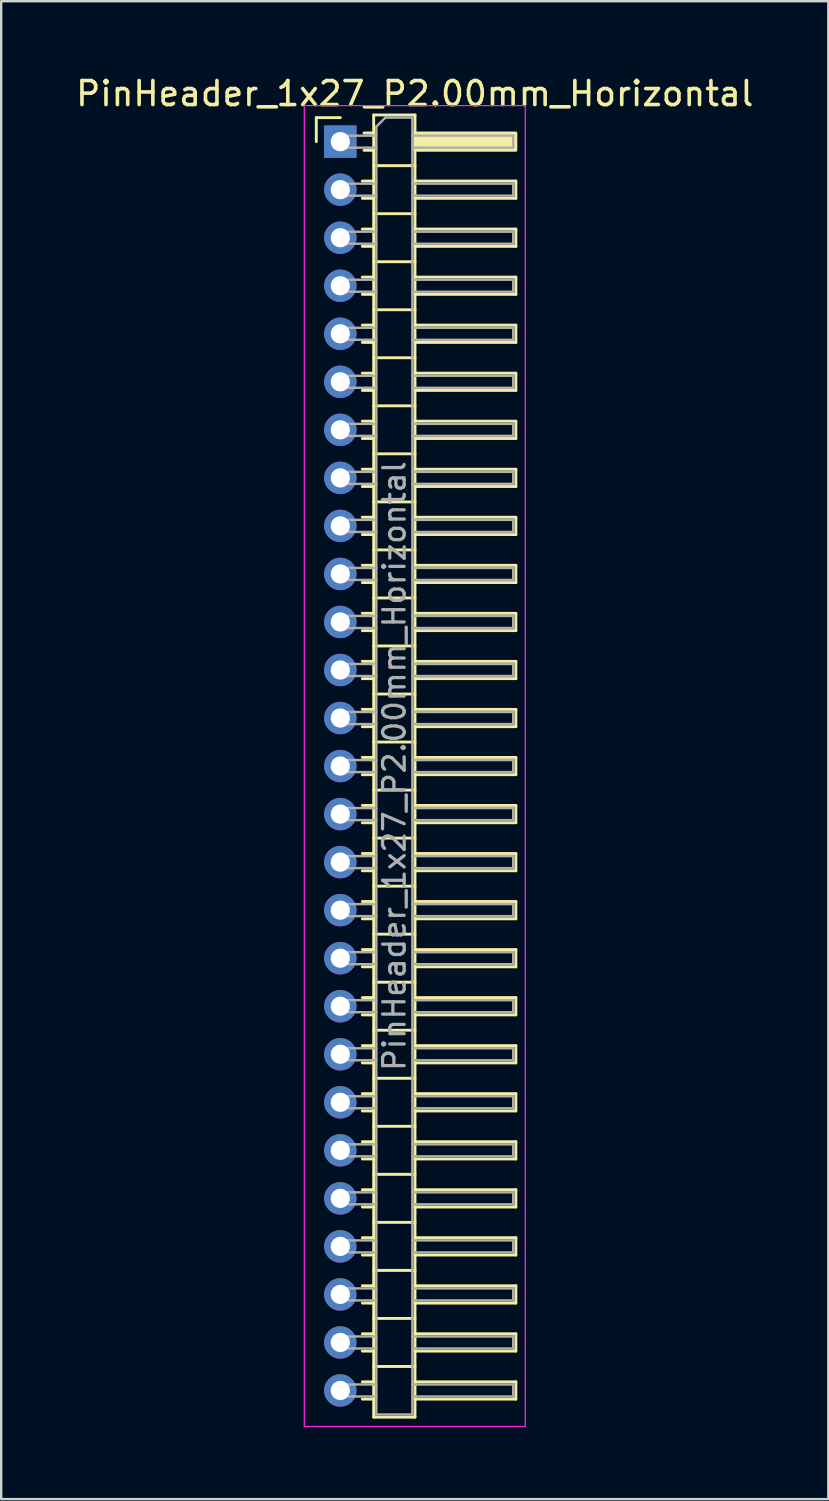
<source format=kicad_pcb>
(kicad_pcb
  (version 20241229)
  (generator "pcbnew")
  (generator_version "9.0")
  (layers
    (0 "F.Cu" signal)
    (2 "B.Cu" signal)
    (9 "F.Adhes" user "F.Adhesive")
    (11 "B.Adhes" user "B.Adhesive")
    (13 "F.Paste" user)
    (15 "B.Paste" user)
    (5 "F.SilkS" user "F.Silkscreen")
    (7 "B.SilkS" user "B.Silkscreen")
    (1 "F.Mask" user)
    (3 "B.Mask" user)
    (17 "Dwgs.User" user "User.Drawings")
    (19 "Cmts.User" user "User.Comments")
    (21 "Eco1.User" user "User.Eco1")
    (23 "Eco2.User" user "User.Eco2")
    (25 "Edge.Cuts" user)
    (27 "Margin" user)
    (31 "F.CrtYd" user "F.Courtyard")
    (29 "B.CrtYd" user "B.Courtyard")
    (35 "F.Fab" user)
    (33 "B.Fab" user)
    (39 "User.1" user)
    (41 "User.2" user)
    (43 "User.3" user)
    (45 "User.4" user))
  (footprint "PinHeader_1x27_P2.00mm_Horizontal"
    (layer "F.Cu")
    (at 11.12 2.848)
    (property "Reference" "PinHeader_1x27_P2.00mm_Horizontal" (at 3.1 -2 0) (layer "F.SilkS") (effects (font (size 1 1) (thickness 0.15))))
    (attr through_hole)
    (fp_line (start -1 -1) (end 0 -1) (stroke (width 0.12) (type solid)) (layer "F.SilkS"))
    (fp_line (start -1 0) (end -1 -1) (stroke (width 0.12) (type solid)) (layer "F.SilkS"))
    (fp_line (start 0.917 1.64) (end 1.39 1.64) (stroke (width 0.12) (type solid)) (layer "F.SilkS"))
    (fp_line (start 0.917 2.36) (end 1.39 2.36) (stroke (width 0.12) (type solid)) (layer "F.SilkS"))
    (fp_line (start 0.917 3.64) (end 1.39 3.64) (stroke (width 0.12) (type solid)) (layer "F.SilkS"))
    (fp_line (start 0.917 4.36) (end 1.39 4.36) (stroke (width 0.12) (type solid)) (layer "F.SilkS"))
    (fp_line (start 0.917 5.64) (end 1.39 5.64) (stroke (width 0.12) (type solid)) (layer "F.SilkS"))
    (fp_line (start 0.917 6.36) (end 1.39 6.36) (stroke (width 0.12) (type solid)) (layer "F.SilkS"))
    (fp_line (start 0.917 7.64) (end 1.39 7.64) (stroke (width 0.12) (type solid)) (layer "F.SilkS"))
    (fp_line (start 0.917 8.36) (end 1.39 8.36) (stroke (width 0.12) (type solid)) (layer "F.SilkS"))
    (fp_line (start 0.917 9.64) (end 1.39 9.64) (stroke (width 0.12) (type solid)) (layer "F.SilkS"))
    (fp_line (start 0.917 10.36) (end 1.39 10.36) (stroke (width 0.12) (type solid)) (layer "F.SilkS"))
    (fp_line (start 0.917 11.64) (end 1.39 11.64) (stroke (width 0.12) (type solid)) (layer "F.SilkS"))
    (fp_line (start 0.917 12.36) (end 1.39 12.36) (stroke (width 0.12) (type solid)) (layer "F.SilkS"))
    (fp_line (start 0.917 13.64) (end 1.39 13.64) (stroke (width 0.12) (type solid)) (layer "F.SilkS"))
    (fp_line (start 0.917 14.36) (end 1.39 14.36) (stroke (width 0.12) (type solid)) (layer "F.SilkS"))
    (fp_line (start 0.917 15.64) (end 1.39 15.64) (stroke (width 0.12) (type solid)) (layer "F.SilkS"))
    (fp_line (start 0.917 16.36) (end 1.39 16.36) (stroke (width 0.12) (type solid)) (layer "F.SilkS"))
    (fp_line (start 0.917 17.64) (end 1.39 17.64) (stroke (width 0.12) (type solid)) (layer "F.SilkS"))
    (fp_line (start 0.917 18.36) (end 1.39 18.36) (stroke (width 0.12) (type solid)) (layer "F.SilkS"))
    (fp_line (start 0.917 19.64) (end 1.39 19.64) (stroke (width 0.12) (type solid)) (layer "F.SilkS"))
    (fp_line (start 0.917 20.36) (end 1.39 20.36) (stroke (width 0.12) (type solid)) (layer "F.SilkS"))
    (fp_line (start 0.917 21.64) (end 1.39 21.64) (stroke (width 0.12) (type solid)) (layer "F.SilkS"))
    (fp_line (start 0.917 22.36) (end 1.39 22.36) (stroke (width 0.12) (type solid)) (layer "F.SilkS"))
    (fp_line (start 0.917 23.64) (end 1.39 23.64) (stroke (width 0.12) (type solid)) (layer "F.SilkS"))
    (fp_line (start 0.917 24.36) (end 1.39 24.36) (stroke (width 0.12) (type solid)) (layer "F.SilkS"))
    (fp_line (start 0.917 25.64) (end 1.39 25.64) (stroke (width 0.12) (type solid)) (layer "F.SilkS"))
    (fp_line (start 0.917 26.36) (end 1.39 26.36) (stroke (width 0.12) (type solid)) (layer "F.SilkS"))
    (fp_line (start 0.917 27.64) (end 1.39 27.64) (stroke (width 0.12) (type solid)) (layer "F.SilkS"))
    (fp_line (start 0.917 28.36) (end 1.39 28.36) (stroke (width 0.12) (type solid)) (layer "F.SilkS"))
    (fp_line (start 0.917 29.64) (end 1.39 29.64) (stroke (width 0.12) (type solid)) (layer "F.SilkS"))
    (fp_line (start 0.917 30.36) (end 1.39 30.36) (stroke (width 0.12) (type solid)) (layer "F.SilkS"))
    (fp_line (start 0.917 31.64) (end 1.39 31.64) (stroke (width 0.12) (type solid)) (layer "F.SilkS"))
    (fp_line (start 0.917 32.36) (end 1.39 32.36) (stroke (width 0.12) (type solid)) (layer "F.SilkS"))
    (fp_line (start 0.917 33.64) (end 1.39 33.64) (stroke (width 0.12) (type solid)) (layer "F.SilkS"))
    (fp_line (start 0.917 34.36) (end 1.39 34.36) (stroke (width 0.12) (type solid)) (layer "F.SilkS"))
    (fp_line (start 0.917 35.64) (end 1.39 35.64) (stroke (width 0.12) (type solid)) (layer "F.SilkS"))
    (fp_line (start 0.917 36.36) (end 1.39 36.36) (stroke (width 0.12) (type solid)) (layer "F.SilkS"))
    (fp_line (start 0.917 37.64) (end 1.39 37.64) (stroke (width 0.12) (type solid)) (layer "F.SilkS"))
    (fp_line (start 0.917 38.36) (end 1.39 38.36) (stroke (width 0.12) (type solid)) (layer "F.SilkS"))
    (fp_line (start 0.917 39.64) (end 1.39 39.64) (stroke (width 0.12) (type solid)) (layer "F.SilkS"))
    (fp_line (start 0.917 40.36) (end 1.39 40.36) (stroke (width 0.12) (type solid)) (layer "F.SilkS"))
    (fp_line (start 0.917 41.64) (end 1.39 41.64) (stroke (width 0.12) (type solid)) (layer "F.SilkS"))
    (fp_line (start 0.917 42.36) (end 1.39 42.36) (stroke (width 0.12) (type solid)) (layer "F.SilkS"))
    (fp_line (start 0.917 43.64) (end 1.39 43.64) (stroke (width 0.12) (type solid)) (layer "F.SilkS"))
    (fp_line (start 0.917 44.36) (end 1.39 44.36) (stroke (width 0.12) (type solid)) (layer "F.SilkS"))
    (fp_line (start 0.917 45.64) (end 1.39 45.64) (stroke (width 0.12) (type solid)) (layer "F.SilkS"))
    (fp_line (start 0.917 46.36) (end 1.39 46.36) (stroke (width 0.12) (type solid)) (layer "F.SilkS"))
    (fp_line (start 0.917 47.64) (end 1.39 47.64) (stroke (width 0.12) (type solid)) (layer "F.SilkS"))
    (fp_line (start 0.917 48.36) (end 1.39 48.36) (stroke (width 0.12) (type solid)) (layer "F.SilkS"))
    (fp_line (start 0.917 49.64) (end 1.39 49.64) (stroke (width 0.12) (type solid)) (layer "F.SilkS"))
    (fp_line (start 0.917 50.36) (end 1.39 50.36) (stroke (width 0.12) (type solid)) (layer "F.SilkS"))
    (fp_line (start 0.917 51.64) (end 1.39 51.64) (stroke (width 0.12) (type solid)) (layer "F.SilkS"))
    (fp_line (start 0.917 52.36) (end 1.39 52.36) (stroke (width 0.12) (type solid)) (layer "F.SilkS"))
    (fp_line (start 0.985 -0.36) (end 1.39 -0.36) (stroke (width 0.12) (type solid)) (layer "F.SilkS"))
    (fp_line (start 0.985 0.36) (end 1.39 0.36) (stroke (width 0.12) (type solid)) (layer "F.SilkS"))
    (fp_line (start 1.39 -1.11) (end 1.39 53.11) (stroke (width 0.12) (type solid)) (layer "F.SilkS"))
    (fp_line (start 1.39 1) (end 3.11 1) (stroke (width 0.12) (type solid)) (layer "F.SilkS"))
    (fp_line (start 1.39 3) (end 3.11 3) (stroke (width 0.12) (type solid)) (layer "F.SilkS"))
    (fp_line (start 1.39 5) (end 3.11 5) (stroke (width 0.12) (type solid)) (layer "F.SilkS"))
    (fp_line (start 1.39 7) (end 3.11 7) (stroke (width 0.12) (type solid)) (layer "F.SilkS"))
    (fp_line (start 1.39 9) (end 3.11 9) (stroke (width 0.12) (type solid)) (layer "F.SilkS"))
    (fp_line (start 1.39 11) (end 3.11 11) (stroke (width 0.12) (type solid)) (layer "F.SilkS"))
    (fp_line (start 1.39 13) (end 3.11 13) (stroke (width 0.12) (type solid)) (layer "F.SilkS"))
    (fp_line (start 1.39 15) (end 3.11 15) (stroke (width 0.12) (type solid)) (layer "F.SilkS"))
    (fp_line (start 1.39 17) (end 3.11 17) (stroke (width 0.12) (type solid)) (layer "F.SilkS"))
    (fp_line (start 1.39 19) (end 3.11 19) (stroke (width 0.12) (type solid)) (layer "F.SilkS"))
    (fp_line (start 1.39 21) (end 3.11 21) (stroke (width 0.12) (type solid)) (layer "F.SilkS"))
    (fp_line (start 1.39 23) (end 3.11 23) (stroke (width 0.12) (type solid)) (layer "F.SilkS"))
    (fp_line (start 1.39 25) (end 3.11 25) (stroke (width 0.12) (type solid)) (layer "F.SilkS"))
    (fp_line (start 1.39 27) (end 3.11 27) (stroke (width 0.12) (type solid)) (layer "F.SilkS"))
    (fp_line (start 1.39 29) (end 3.11 29) (stroke (width 0.12) (type solid)) (layer "F.SilkS"))
    (fp_line (start 1.39 31) (end 3.11 31) (stroke (width 0.12) (type solid)) (layer "F.SilkS"))
    (fp_line (start 1.39 33) (end 3.11 33) (stroke (width 0.12) (type solid)) (layer "F.SilkS"))
    (fp_line (start 1.39 35) (end 3.11 35) (stroke (width 0.12) (type solid)) (layer "F.SilkS"))
    (fp_line (start 1.39 37) (end 3.11 37) (stroke (width 0.12) (type solid)) (layer "F.SilkS"))
    (fp_line (start 1.39 39) (end 3.11 39) (stroke (width 0.12) (type solid)) (layer "F.SilkS"))
    (fp_line (start 1.39 41) (end 3.11 41) (stroke (width 0.12) (type solid)) (layer "F.SilkS"))
    (fp_line (start 1.39 43) (end 3.11 43) (stroke (width 0.12) (type solid)) (layer "F.SilkS"))
    (fp_line (start 1.39 45) (end 3.11 45) (stroke (width 0.12) (type solid)) (layer "F.SilkS"))
    (fp_line (start 1.39 47) (end 3.11 47) (stroke (width 0.12) (type solid)) (layer "F.SilkS"))
    (fp_line (start 1.39 49) (end 3.11 49) (stroke (width 0.12) (type solid)) (layer "F.SilkS"))
    (fp_line (start 1.39 51) (end 3.11 51) (stroke (width 0.12) (type solid)) (layer "F.SilkS"))
    (fp_line (start 1.39 53.11) (end 3.11 53.11) (stroke (width 0.12) (type solid)) (layer "F.SilkS"))
    (fp_line (start 3.11 -1.11) (end 1.39 -1.11) (stroke (width 0.12) (type solid)) (layer "F.SilkS"))
    (fp_line (start 3.11 1.64) (end 7.31 1.64) (stroke (width 0.12) (type solid)) (layer "F.SilkS"))
    (fp_line (start 3.11 3.64) (end 7.31 3.64) (stroke (width 0.12) (type solid)) (layer "F.SilkS"))
    (fp_line (start 3.11 5.64) (end 7.31 5.64) (stroke (width 0.12) (type solid)) (layer "F.SilkS"))
    (fp_line (start 3.11 7.64) (end 7.31 7.64) (stroke (width 0.12) (type solid)) (layer "F.SilkS"))
    (fp_line (start 3.11 9.64) (end 7.31 9.64) (stroke (width 0.12) (type solid)) (layer "F.SilkS"))
    (fp_line (start 3.11 11.64) (end 7.31 11.64) (stroke (width 0.12) (type solid)) (layer "F.SilkS"))
    (fp_line (start 3.11 13.64) (end 7.31 13.64) (stroke (width 0.12) (type solid)) (layer "F.SilkS"))
    (fp_line (start 3.11 15.64) (end 7.31 15.64) (stroke (width 0.12) (type solid)) (layer "F.SilkS"))
    (fp_line (start 3.11 17.64) (end 7.31 17.64) (stroke (width 0.12) (type solid)) (layer "F.SilkS"))
    (fp_line (start 3.11 19.64) (end 7.31 19.64) (stroke (width 0.12) (type solid)) (layer "F.SilkS"))
    (fp_line (start 3.11 21.64) (end 7.31 21.64) (stroke (width 0.12) (type solid)) (layer "F.SilkS"))
    (fp_line (start 3.11 23.64) (end 7.31 23.64) (stroke (width 0.12) (type solid)) (layer "F.SilkS"))
    (fp_line (start 3.11 25.64) (end 7.31 25.64) (stroke (width 0.12) (type solid)) (layer "F.SilkS"))
    (fp_line (start 3.11 27.64) (end 7.31 27.64) (stroke (width 0.12) (type solid)) (layer "F.SilkS"))
    (fp_line (start 3.11 29.64) (end 7.31 29.64) (stroke (width 0.12) (type solid)) (layer "F.SilkS"))
    (fp_line (start 3.11 31.64) (end 7.31 31.64) (stroke (width 0.12) (type solid)) (layer "F.SilkS"))
    (fp_line (start 3.11 33.64) (end 7.31 33.64) (stroke (width 0.12) (type solid)) (layer "F.SilkS"))
    (fp_line (start 3.11 35.64) (end 7.31 35.64) (stroke (width 0.12) (type solid)) (layer "F.SilkS"))
    (fp_line (start 3.11 37.64) (end 7.31 37.64) (stroke (width 0.12) (type solid)) (layer "F.SilkS"))
    (fp_line (start 3.11 39.64) (end 7.31 39.64) (stroke (width 0.12) (type solid)) (layer "F.SilkS"))
    (fp_line (start 3.11 41.64) (end 7.31 41.64) (stroke (width 0.12) (type solid)) (layer "F.SilkS"))
    (fp_line (start 3.11 43.64) (end 7.31 43.64) (stroke (width 0.12) (type solid)) (layer "F.SilkS"))
    (fp_line (start 3.11 45.64) (end 7.31 45.64) (stroke (width 0.12) (type solid)) (layer "F.SilkS"))
    (fp_line (start 3.11 47.64) (end 7.31 47.64) (stroke (width 0.12) (type solid)) (layer "F.SilkS"))
    (fp_line (start 3.11 49.64) (end 7.31 49.64) (stroke (width 0.12) (type solid)) (layer "F.SilkS"))
    (fp_line (start 3.11 51.64) (end 7.31 51.64) (stroke (width 0.12) (type solid)) (layer "F.SilkS"))
    (fp_line (start 3.11 53.11) (end 3.11 -1.11) (stroke (width 0.12) (type solid)) (layer "F.SilkS"))
    (fp_line (start 7.31 1.64) (end 7.31 2.36) (stroke (width 0.12) (type solid)) (layer "F.SilkS"))
    (fp_line (start 7.31 2.36) (end 3.11 2.36) (stroke (width 0.12) (type solid)) (layer "F.SilkS"))
    (fp_line (start 7.31 3.64) (end 7.31 4.36) (stroke (width 0.12) (type solid)) (layer "F.SilkS"))
    (fp_line (start 7.31 4.36) (end 3.11 4.36) (stroke (width 0.12) (type solid)) (layer "F.SilkS"))
    (fp_line (start 7.31 5.64) (end 7.31 6.36) (stroke (width 0.12) (type solid)) (layer "F.SilkS"))
    (fp_line (start 7.31 6.36) (end 3.11 6.36) (stroke (width 0.12) (type solid)) (layer "F.SilkS"))
    (fp_line (start 7.31 7.64) (end 7.31 8.36) (stroke (width 0.12) (type solid)) (layer "F.SilkS"))
    (fp_line (start 7.31 8.36) (end 3.11 8.36) (stroke (width 0.12) (type solid)) (layer "F.SilkS"))
    (fp_line (start 7.31 9.64) (end 7.31 10.36) (stroke (width 0.12) (type solid)) (layer "F.SilkS"))
    (fp_line (start 7.31 10.36) (end 3.11 10.36) (stroke (width 0.12) (type solid)) (layer "F.SilkS"))
    (fp_line (start 7.31 11.64) (end 7.31 12.36) (stroke (width 0.12) (type solid)) (layer "F.SilkS"))
    (fp_line (start 7.31 12.36) (end 3.11 12.36) (stroke (width 0.12) (type solid)) (layer "F.SilkS"))
    (fp_line (start 7.31 13.64) (end 7.31 14.36) (stroke (width 0.12) (type solid)) (layer "F.SilkS"))
    (fp_line (start 7.31 14.36) (end 3.11 14.36) (stroke (width 0.12) (type solid)) (layer "F.SilkS"))
    (fp_line (start 7.31 15.64) (end 7.31 16.36) (stroke (width 0.12) (type solid)) (layer "F.SilkS"))
    (fp_line (start 7.31 16.36) (end 3.11 16.36) (stroke (width 0.12) (type solid)) (layer "F.SilkS"))
    (fp_line (start 7.31 17.64) (end 7.31 18.36) (stroke (width 0.12) (type solid)) (layer "F.SilkS"))
    (fp_line (start 7.31 18.36) (end 3.11 18.36) (stroke (width 0.12) (type solid)) (layer "F.SilkS"))
    (fp_line (start 7.31 19.64) (end 7.31 20.36) (stroke (width 0.12) (type solid)) (layer "F.SilkS"))
    (fp_line (start 7.31 20.36) (end 3.11 20.36) (stroke (width 0.12) (type solid)) (layer "F.SilkS"))
    (fp_line (start 7.31 21.64) (end 7.31 22.36) (stroke (width 0.12) (type solid)) (layer "F.SilkS"))
    (fp_line (start 7.31 22.36) (end 3.11 22.36) (stroke (width 0.12) (type solid)) (layer "F.SilkS"))
    (fp_line (start 7.31 23.64) (end 7.31 24.36) (stroke (width 0.12) (type solid)) (layer "F.SilkS"))
    (fp_line (start 7.31 24.36) (end 3.11 24.36) (stroke (width 0.12) (type solid)) (layer "F.SilkS"))
    (fp_line (start 7.31 25.64) (end 7.31 26.36) (stroke (width 0.12) (type solid)) (layer "F.SilkS"))
    (fp_line (start 7.31 26.36) (end 3.11 26.36) (stroke (width 0.12) (type solid)) (layer "F.SilkS"))
    (fp_line (start 7.31 27.64) (end 7.31 28.36) (stroke (width 0.12) (type solid)) (layer "F.SilkS"))
    (fp_line (start 7.31 28.36) (end 3.11 28.36) (stroke (width 0.12) (type solid)) (layer "F.SilkS"))
    (fp_line (start 7.31 29.64) (end 7.31 30.36) (stroke (width 0.12) (type solid)) (layer "F.SilkS"))
    (fp_line (start 7.31 30.36) (end 3.11 30.36) (stroke (width 0.12) (type solid)) (layer "F.SilkS"))
    (fp_line (start 7.31 31.64) (end 7.31 32.36) (stroke (width 0.12) (type solid)) (layer "F.SilkS"))
    (fp_line (start 7.31 32.36) (end 3.11 32.36) (stroke (width 0.12) (type solid)) (layer "F.SilkS"))
    (fp_line (start 7.31 33.64) (end 7.31 34.36) (stroke (width 0.12) (type solid)) (layer "F.SilkS"))
    (fp_line (start 7.31 34.36) (end 3.11 34.36) (stroke (width 0.12) (type solid)) (layer "F.SilkS"))
    (fp_line (start 7.31 35.64) (end 7.31 36.36) (stroke (width 0.12) (type solid)) (layer "F.SilkS"))
    (fp_line (start 7.31 36.36) (end 3.11 36.36) (stroke (width 0.12) (type solid)) (layer "F.SilkS"))
    (fp_line (start 7.31 37.64) (end 7.31 38.36) (stroke (width 0.12) (type solid)) (layer "F.SilkS"))
    (fp_line (start 7.31 38.36) (end 3.11 38.36) (stroke (width 0.12) (type solid)) (layer "F.SilkS"))
    (fp_line (start 7.31 39.64) (end 7.31 40.36) (stroke (width 0.12) (type solid)) (layer "F.SilkS"))
    (fp_line (start 7.31 40.36) (end 3.11 40.36) (stroke (width 0.12) (type solid)) (layer "F.SilkS"))
    (fp_line (start 7.31 41.64) (end 7.31 42.36) (stroke (width 0.12) (type solid)) (layer "F.SilkS"))
    (fp_line (start 7.31 42.36) (end 3.11 42.36) (stroke (width 0.12) (type solid)) (layer "F.SilkS"))
    (fp_line (start 7.31 43.64) (end 7.31 44.36) (stroke (width 0.12) (type solid)) (layer "F.SilkS"))
    (fp_line (start 7.31 44.36) (end 3.11 44.36) (stroke (width 0.12) (type solid)) (layer "F.SilkS"))
    (fp_line (start 7.31 45.64) (end 7.31 46.36) (stroke (width 0.12) (type solid)) (layer "F.SilkS"))
    (fp_line (start 7.31 46.36) (end 3.11 46.36) (stroke (width 0.12) (type solid)) (layer "F.SilkS"))
    (fp_line (start 7.31 47.64) (end 7.31 48.36) (stroke (width 0.12) (type solid)) (layer "F.SilkS"))
    (fp_line (start 7.31 48.36) (end 3.11 48.36) (stroke (width 0.12) (type solid)) (layer "F.SilkS"))
    (fp_line (start 7.31 49.64) (end 7.31 50.36) (stroke (width 0.12) (type solid)) (layer "F.SilkS"))
    (fp_line (start 7.31 50.36) (end 3.11 50.36) (stroke (width 0.12) (type solid)) (layer "F.SilkS"))
    (fp_line (start 7.31 51.64) (end 7.31 52.36) (stroke (width 0.12) (type solid)) (layer "F.SilkS"))
    (fp_line (start 7.31 52.36) (end 3.11 52.36) (stroke (width 0.12) (type solid)) (layer "F.SilkS"))
    (fp_rect (start 3.11 -0.36) (end 7.31 0.36) (stroke (width 0.12) (type solid)) (fill yes) (layer "F.SilkS"))
    (fp_line (start -1.5 -1.5) (end -1.5 53.5) (stroke (width 0.05) (type solid)) (layer "F.CrtYd"))
    (fp_line (start -1.5 53.5) (end 7.7 53.5) (stroke (width 0.05) (type solid)) (layer "F.CrtYd"))
    (fp_line (start 7.7 -1.5) (end -1.5 -1.5) (stroke (width 0.05) (type solid)) (layer "F.CrtYd"))
    (fp_line (start 7.7 53.5) (end 7.7 -1.5) (stroke (width 0.05) (type solid)) (layer "F.CrtYd"))
    (fp_line (start -0.25 -0.25) (end -0.25 0.25) (stroke (width 0.1) (type solid)) (layer "F.Fab"))
    (fp_line (start -0.25 -0.25) (end 1.5 -0.25) (stroke (width 0.1) (type solid)) (layer "F.Fab"))
    (fp_line (start -0.25 0.25) (end 1.5 0.25) (stroke (width 0.1) (type solid)) (layer "F.Fab"))
    (fp_line (start -0.25 1.75) (end -0.25 2.25) (stroke (width 0.1) (type solid)) (layer "F.Fab"))
    (fp_line (start -0.25 1.75) (end 1.5 1.75) (stroke (width 0.1) (type solid)) (layer "F.Fab"))
    (fp_line (start -0.25 2.25) (end 1.5 2.25) (stroke (width 0.1) (type solid)) (layer "F.Fab"))
    (fp_line (start -0.25 3.75) (end -0.25 4.25) (stroke (width 0.1) (type solid)) (layer "F.Fab"))
    (fp_line (start -0.25 3.75) (end 1.5 3.75) (stroke (width 0.1) (type solid)) (layer "F.Fab"))
    (fp_line (start -0.25 4.25) (end 1.5 4.25) (stroke (width 0.1) (type solid)) (layer "F.Fab"))
    (fp_line (start -0.25 5.75) (end -0.25 6.25) (stroke (width 0.1) (type solid)) (layer "F.Fab"))
    (fp_line (start -0.25 5.75) (end 1.5 5.75) (stroke (width 0.1) (type solid)) (layer "F.Fab"))
    (fp_line (start -0.25 6.25) (end 1.5 6.25) (stroke (width 0.1) (type solid)) (layer "F.Fab"))
    (fp_line (start -0.25 7.75) (end -0.25 8.25) (stroke (width 0.1) (type solid)) (layer "F.Fab"))
    (fp_line (start -0.25 7.75) (end 1.5 7.75) (stroke (width 0.1) (type solid)) (layer "F.Fab"))
    (fp_line (start -0.25 8.25) (end 1.5 8.25) (stroke (width 0.1) (type solid)) (layer "F.Fab"))
    (fp_line (start -0.25 9.75) (end -0.25 10.25) (stroke (width 0.1) (type solid)) (layer "F.Fab"))
    (fp_line (start -0.25 9.75) (end 1.5 9.75) (stroke (width 0.1) (type solid)) (layer "F.Fab"))
    (fp_line (start -0.25 10.25) (end 1.5 10.25) (stroke (width 0.1) (type solid)) (layer "F.Fab"))
    (fp_line (start -0.25 11.75) (end -0.25 12.25) (stroke (width 0.1) (type solid)) (layer "F.Fab"))
    (fp_line (start -0.25 11.75) (end 1.5 11.75) (stroke (width 0.1) (type solid)) (layer "F.Fab"))
    (fp_line (start -0.25 12.25) (end 1.5 12.25) (stroke (width 0.1) (type solid)) (layer "F.Fab"))
    (fp_line (start -0.25 13.75) (end -0.25 14.25) (stroke (width 0.1) (type solid)) (layer "F.Fab"))
    (fp_line (start -0.25 13.75) (end 1.5 13.75) (stroke (width 0.1) (type solid)) (layer "F.Fab"))
    (fp_line (start -0.25 14.25) (end 1.5 14.25) (stroke (width 0.1) (type solid)) (layer "F.Fab"))
    (fp_line (start -0.25 15.75) (end -0.25 16.25) (stroke (width 0.1) (type solid)) (layer "F.Fab"))
    (fp_line (start -0.25 15.75) (end 1.5 15.75) (stroke (width 0.1) (type solid)) (layer "F.Fab"))
    (fp_line (start -0.25 16.25) (end 1.5 16.25) (stroke (width 0.1) (type solid)) (layer "F.Fab"))
    (fp_line (start -0.25 17.75) (end -0.25 18.25) (stroke (width 0.1) (type solid)) (layer "F.Fab"))
    (fp_line (start -0.25 17.75) (end 1.5 17.75) (stroke (width 0.1) (type solid)) (layer "F.Fab"))
    (fp_line (start -0.25 18.25) (end 1.5 18.25) (stroke (width 0.1) (type solid)) (layer "F.Fab"))
    (fp_line (start -0.25 19.75) (end -0.25 20.25) (stroke (width 0.1) (type solid)) (layer "F.Fab"))
    (fp_line (start -0.25 19.75) (end 1.5 19.75) (stroke (width 0.1) (type solid)) (layer "F.Fab"))
    (fp_line (start -0.25 20.25) (end 1.5 20.25) (stroke (width 0.1) (type solid)) (layer "F.Fab"))
    (fp_line (start -0.25 21.75) (end -0.25 22.25) (stroke (width 0.1) (type solid)) (layer "F.Fab"))
    (fp_line (start -0.25 21.75) (end 1.5 21.75) (stroke (width 0.1) (type solid)) (layer "F.Fab"))
    (fp_line (start -0.25 22.25) (end 1.5 22.25) (stroke (width 0.1) (type solid)) (layer "F.Fab"))
    (fp_line (start -0.25 23.75) (end -0.25 24.25) (stroke (width 0.1) (type solid)) (layer "F.Fab"))
    (fp_line (start -0.25 23.75) (end 1.5 23.75) (stroke (width 0.1) (type solid)) (layer "F.Fab"))
    (fp_line (start -0.25 24.25) (end 1.5 24.25) (stroke (width 0.1) (type solid)) (layer "F.Fab"))
    (fp_line (start -0.25 25.75) (end -0.25 26.25) (stroke (width 0.1) (type solid)) (layer "F.Fab"))
    (fp_line (start -0.25 25.75) (end 1.5 25.75) (stroke (width 0.1) (type solid)) (layer "F.Fab"))
    (fp_line (start -0.25 26.25) (end 1.5 26.25) (stroke (width 0.1) (type solid)) (layer "F.Fab"))
    (fp_line (start -0.25 27.75) (end -0.25 28.25) (stroke (width 0.1) (type solid)) (layer "F.Fab"))
    (fp_line (start -0.25 27.75) (end 1.5 27.75) (stroke (width 0.1) (type solid)) (layer "F.Fab"))
    (fp_line (start -0.25 28.25) (end 1.5 28.25) (stroke (width 0.1) (type solid)) (layer "F.Fab"))
    (fp_line (start -0.25 29.75) (end -0.25 30.25) (stroke (width 0.1) (type solid)) (layer "F.Fab"))
    (fp_line (start -0.25 29.75) (end 1.5 29.75) (stroke (width 0.1) (type solid)) (layer "F.Fab"))
    (fp_line (start -0.25 30.25) (end 1.5 30.25) (stroke (width 0.1) (type solid)) (layer "F.Fab"))
    (fp_line (start -0.25 31.75) (end -0.25 32.25) (stroke (width 0.1) (type solid)) (layer "F.Fab"))
    (fp_line (start -0.25 31.75) (end 1.5 31.75) (stroke (width 0.1) (type solid)) (layer "F.Fab"))
    (fp_line (start -0.25 32.25) (end 1.5 32.25) (stroke (width 0.1) (type solid)) (layer "F.Fab"))
    (fp_line (start -0.25 33.75) (end -0.25 34.25) (stroke (width 0.1) (type solid)) (layer "F.Fab"))
    (fp_line (start -0.25 33.75) (end 1.5 33.75) (stroke (width 0.1) (type solid)) (layer "F.Fab"))
    (fp_line (start -0.25 34.25) (end 1.5 34.25) (stroke (width 0.1) (type solid)) (layer "F.Fab"))
    (fp_line (start -0.25 35.75) (end -0.25 36.25) (stroke (width 0.1) (type solid)) (layer "F.Fab"))
    (fp_line (start -0.25 35.75) (end 1.5 35.75) (stroke (width 0.1) (type solid)) (layer "F.Fab"))
    (fp_line (start -0.25 36.25) (end 1.5 36.25) (stroke (width 0.1) (type solid)) (layer "F.Fab"))
    (fp_line (start -0.25 37.75) (end -0.25 38.25) (stroke (width 0.1) (type solid)) (layer "F.Fab"))
    (fp_line (start -0.25 37.75) (end 1.5 37.75) (stroke (width 0.1) (type solid)) (layer "F.Fab"))
    (fp_line (start -0.25 38.25) (end 1.5 38.25) (stroke (width 0.1) (type solid)) (layer "F.Fab"))
    (fp_line (start -0.25 39.75) (end -0.25 40.25) (stroke (width 0.1) (type solid)) (layer "F.Fab"))
    (fp_line (start -0.25 39.75) (end 1.5 39.75) (stroke (width 0.1) (type solid)) (layer "F.Fab"))
    (fp_line (start -0.25 40.25) (end 1.5 40.25) (stroke (width 0.1) (type solid)) (layer "F.Fab"))
    (fp_line (start -0.25 41.75) (end -0.25 42.25) (stroke (width 0.1) (type solid)) (layer "F.Fab"))
    (fp_line (start -0.25 41.75) (end 1.5 41.75) (stroke (width 0.1) (type solid)) (layer "F.Fab"))
    (fp_line (start -0.25 42.25) (end 1.5 42.25) (stroke (width 0.1) (type solid)) (layer "F.Fab"))
    (fp_line (start -0.25 43.75) (end -0.25 44.25) (stroke (width 0.1) (type solid)) (layer "F.Fab"))
    (fp_line (start -0.25 43.75) (end 1.5 43.75) (stroke (width 0.1) (type solid)) (layer "F.Fab"))
    (fp_line (start -0.25 44.25) (end 1.5 44.25) (stroke (width 0.1) (type solid)) (layer "F.Fab"))
    (fp_line (start -0.25 45.75) (end -0.25 46.25) (stroke (width 0.1) (type solid)) (layer "F.Fab"))
    (fp_line (start -0.25 45.75) (end 1.5 45.75) (stroke (width 0.1) (type solid)) (layer "F.Fab"))
    (fp_line (start -0.25 46.25) (end 1.5 46.25) (stroke (width 0.1) (type solid)) (layer "F.Fab"))
    (fp_line (start -0.25 47.75) (end -0.25 48.25) (stroke (width 0.1) (type solid)) (layer "F.Fab"))
    (fp_line (start -0.25 47.75) (end 1.5 47.75) (stroke (width 0.1) (type solid)) (layer "F.Fab"))
    (fp_line (start -0.25 48.25) (end 1.5 48.25) (stroke (width 0.1) (type solid)) (layer "F.Fab"))
    (fp_line (start -0.25 49.75) (end -0.25 50.25) (stroke (width 0.1) (type solid)) (layer "F.Fab"))
    (fp_line (start -0.25 49.75) (end 1.5 49.75) (stroke (width 0.1) (type solid)) (layer "F.Fab"))
    (fp_line (start -0.25 50.25) (end 1.5 50.25) (stroke (width 0.1) (type solid)) (layer "F.Fab"))
    (fp_line (start -0.25 51.75) (end -0.25 52.25) (stroke (width 0.1) (type solid)) (layer "F.Fab"))
    (fp_line (start -0.25 51.75) (end 1.5 51.75) (stroke (width 0.1) (type solid)) (layer "F.Fab"))
    (fp_line (start -0.25 52.25) (end 1.5 52.25) (stroke (width 0.1) (type solid)) (layer "F.Fab"))
    (fp_line (start 1.5 -0.625) (end 1.875 -1) (stroke (width 0.1) (type solid)) (layer "F.Fab"))
    (fp_line (start 1.5 53) (end 1.5 -0.625) (stroke (width 0.1) (type solid)) (layer "F.Fab"))
    (fp_line (start 1.875 -1) (end 3 -1) (stroke (width 0.1) (type solid)) (layer "F.Fab"))
    (fp_line (start 3 -1) (end 3 53) (stroke (width 0.1) (type solid)) (layer "F.Fab"))
    (fp_line (start 3 -0.25) (end 7.2 -0.25) (stroke (width 0.1) (type solid)) (layer "F.Fab"))
    (fp_line (start 3 0.25) (end 7.2 0.25) (stroke (width 0.1) (type solid)) (layer "F.Fab"))
    (fp_line (start 3 1.75) (end 7.2 1.75) (stroke (width 0.1) (type solid)) (layer "F.Fab"))
    (fp_line (start 3 2.25) (end 7.2 2.25) (stroke (width 0.1) (type solid)) (layer "F.Fab"))
    (fp_line (start 3 3.75) (end 7.2 3.75) (stroke (width 0.1) (type solid)) (layer "F.Fab"))
    (fp_line (start 3 4.25) (end 7.2 4.25) (stroke (width 0.1) (type solid)) (layer "F.Fab"))
    (fp_line (start 3 5.75) (end 7.2 5.75) (stroke (width 0.1) (type solid)) (layer "F.Fab"))
    (fp_line (start 3 6.25) (end 7.2 6.25) (stroke (width 0.1) (type solid)) (layer "F.Fab"))
    (fp_line (start 3 7.75) (end 7.2 7.75) (stroke (width 0.1) (type solid)) (layer "F.Fab"))
    (fp_line (start 3 8.25) (end 7.2 8.25) (stroke (width 0.1) (type solid)) (layer "F.Fab"))
    (fp_line (start 3 9.75) (end 7.2 9.75) (stroke (width 0.1) (type solid)) (layer "F.Fab"))
    (fp_line (start 3 10.25) (end 7.2 10.25) (stroke (width 0.1) (type solid)) (layer "F.Fab"))
    (fp_line (start 3 11.75) (end 7.2 11.75) (stroke (width 0.1) (type solid)) (layer "F.Fab"))
    (fp_line (start 3 12.25) (end 7.2 12.25) (stroke (width 0.1) (type solid)) (layer "F.Fab"))
    (fp_line (start 3 13.75) (end 7.2 13.75) (stroke (width 0.1) (type solid)) (layer "F.Fab"))
    (fp_line (start 3 14.25) (end 7.2 14.25) (stroke (width 0.1) (type solid)) (layer "F.Fab"))
    (fp_line (start 3 15.75) (end 7.2 15.75) (stroke (width 0.1) (type solid)) (layer "F.Fab"))
    (fp_line (start 3 16.25) (end 7.2 16.25) (stroke (width 0.1) (type solid)) (layer "F.Fab"))
    (fp_line (start 3 17.75) (end 7.2 17.75) (stroke (width 0.1) (type solid)) (layer "F.Fab"))
    (fp_line (start 3 18.25) (end 7.2 18.25) (stroke (width 0.1) (type solid)) (layer "F.Fab"))
    (fp_line (start 3 19.75) (end 7.2 19.75) (stroke (width 0.1) (type solid)) (layer "F.Fab"))
    (fp_line (start 3 20.25) (end 7.2 20.25) (stroke (width 0.1) (type solid)) (layer "F.Fab"))
    (fp_line (start 3 21.75) (end 7.2 21.75) (stroke (width 0.1) (type solid)) (layer "F.Fab"))
    (fp_line (start 3 22.25) (end 7.2 22.25) (stroke (width 0.1) (type solid)) (layer "F.Fab"))
    (fp_line (start 3 23.75) (end 7.2 23.75) (stroke (width 0.1) (type solid)) (layer "F.Fab"))
    (fp_line (start 3 24.25) (end 7.2 24.25) (stroke (width 0.1) (type solid)) (layer "F.Fab"))
    (fp_line (start 3 25.75) (end 7.2 25.75) (stroke (width 0.1) (type solid)) (layer "F.Fab"))
    (fp_line (start 3 26.25) (end 7.2 26.25) (stroke (width 0.1) (type solid)) (layer "F.Fab"))
    (fp_line (start 3 27.75) (end 7.2 27.75) (stroke (width 0.1) (type solid)) (layer "F.Fab"))
    (fp_line (start 3 28.25) (end 7.2 28.25) (stroke (width 0.1) (type solid)) (layer "F.Fab"))
    (fp_line (start 3 29.75) (end 7.2 29.75) (stroke (width 0.1) (type solid)) (layer "F.Fab"))
    (fp_line (start 3 30.25) (end 7.2 30.25) (stroke (width 0.1) (type solid)) (layer "F.Fab"))
    (fp_line (start 3 31.75) (end 7.2 31.75) (stroke (width 0.1) (type solid)) (layer "F.Fab"))
    (fp_line (start 3 32.25) (end 7.2 32.25) (stroke (width 0.1) (type solid)) (layer "F.Fab"))
    (fp_line (start 3 33.75) (end 7.2 33.75) (stroke (width 0.1) (type solid)) (layer "F.Fab"))
    (fp_line (start 3 34.25) (end 7.2 34.25) (stroke (width 0.1) (type solid)) (layer "F.Fab"))
    (fp_line (start 3 35.75) (end 7.2 35.75) (stroke (width 0.1) (type solid)) (layer "F.Fab"))
    (fp_line (start 3 36.25) (end 7.2 36.25) (stroke (width 0.1) (type solid)) (layer "F.Fab"))
    (fp_line (start 3 37.75) (end 7.2 37.75) (stroke (width 0.1) (type solid)) (layer "F.Fab"))
    (fp_line (start 3 38.25) (end 7.2 38.25) (stroke (width 0.1) (type solid)) (layer "F.Fab"))
    (fp_line (start 3 39.75) (end 7.2 39.75) (stroke (width 0.1) (type solid)) (layer "F.Fab"))
    (fp_line (start 3 40.25) (end 7.2 40.25) (stroke (width 0.1) (type solid)) (layer "F.Fab"))
    (fp_line (start 3 41.75) (end 7.2 41.75) (stroke (width 0.1) (type solid)) (layer "F.Fab"))
    (fp_line (start 3 42.25) (end 7.2 42.25) (stroke (width 0.1) (type solid)) (layer "F.Fab"))
    (fp_line (start 3 43.75) (end 7.2 43.75) (stroke (width 0.1) (type solid)) (layer "F.Fab"))
    (fp_line (start 3 44.25) (end 7.2 44.25) (stroke (width 0.1) (type solid)) (layer "F.Fab"))
    (fp_line (start 3 45.75) (end 7.2 45.75) (stroke (width 0.1) (type solid)) (layer "F.Fab"))
    (fp_line (start 3 46.25) (end 7.2 46.25) (stroke (width 0.1) (type solid)) (layer "F.Fab"))
    (fp_line (start 3 47.75) (end 7.2 47.75) (stroke (width 0.1) (type solid)) (layer "F.Fab"))
    (fp_line (start 3 48.25) (end 7.2 48.25) (stroke (width 0.1) (type solid)) (layer "F.Fab"))
    (fp_line (start 3 49.75) (end 7.2 49.75) (stroke (width 0.1) (type solid)) (layer "F.Fab"))
    (fp_line (start 3 50.25) (end 7.2 50.25) (stroke (width 0.1) (type solid)) (layer "F.Fab"))
    (fp_line (start 3 51.75) (end 7.2 51.75) (stroke (width 0.1) (type solid)) (layer "F.Fab"))
    (fp_line (start 3 52.25) (end 7.2 52.25) (stroke (width 0.1) (type solid)) (layer "F.Fab"))
    (fp_line (start 3 53) (end 1.5 53) (stroke (width 0.1) (type solid)) (layer "F.Fab"))
    (fp_line (start 7.2 -0.25) (end 7.2 0.25) (stroke (width 0.1) (type solid)) (layer "F.Fab"))
    (fp_line (start 7.2 1.75) (end 7.2 2.25) (stroke (width 0.1) (type solid)) (layer "F.Fab"))
    (fp_line (start 7.2 3.75) (end 7.2 4.25) (stroke (width 0.1) (type solid)) (layer "F.Fab"))
    (fp_line (start 7.2 5.75) (end 7.2 6.25) (stroke (width 0.1) (type solid)) (layer "F.Fab"))
    (fp_line (start 7.2 7.75) (end 7.2 8.25) (stroke (width 0.1) (type solid)) (layer "F.Fab"))
    (fp_line (start 7.2 9.75) (end 7.2 10.25) (stroke (width 0.1) (type solid)) (layer "F.Fab"))
    (fp_line (start 7.2 11.75) (end 7.2 12.25) (stroke (width 0.1) (type solid)) (layer "F.Fab"))
    (fp_line (start 7.2 13.75) (end 7.2 14.25) (stroke (width 0.1) (type solid)) (layer "F.Fab"))
    (fp_line (start 7.2 15.75) (end 7.2 16.25) (stroke (width 0.1) (type solid)) (layer "F.Fab"))
    (fp_line (start 7.2 17.75) (end 7.2 18.25) (stroke (width 0.1) (type solid)) (layer "F.Fab"))
    (fp_line (start 7.2 19.75) (end 7.2 20.25) (stroke (width 0.1) (type solid)) (layer "F.Fab"))
    (fp_line (start 7.2 21.75) (end 7.2 22.25) (stroke (width 0.1) (type solid)) (layer "F.Fab"))
    (fp_line (start 7.2 23.75) (end 7.2 24.25) (stroke (width 0.1) (type solid)) (layer "F.Fab"))
    (fp_line (start 7.2 25.75) (end 7.2 26.25) (stroke (width 0.1) (type solid)) (layer "F.Fab"))
    (fp_line (start 7.2 27.75) (end 7.2 28.25) (stroke (width 0.1) (type solid)) (layer "F.Fab"))
    (fp_line (start 7.2 29.75) (end 7.2 30.25) (stroke (width 0.1) (type solid)) (layer "F.Fab"))
    (fp_line (start 7.2 31.75) (end 7.2 32.25) (stroke (width 0.1) (type solid)) (layer "F.Fab"))
    (fp_line (start 7.2 33.75) (end 7.2 34.25) (stroke (width 0.1) (type solid)) (layer "F.Fab"))
    (fp_line (start 7.2 35.75) (end 7.2 36.25) (stroke (width 0.1) (type solid)) (layer "F.Fab"))
    (fp_line (start 7.2 37.75) (end 7.2 38.25) (stroke (width 0.1) (type solid)) (layer "F.Fab"))
    (fp_line (start 7.2 39.75) (end 7.2 40.25) (stroke (width 0.1) (type solid)) (layer "F.Fab"))
    (fp_line (start 7.2 41.75) (end 7.2 42.25) (stroke (width 0.1) (type solid)) (layer "F.Fab"))
    (fp_line (start 7.2 43.75) (end 7.2 44.25) (stroke (width 0.1) (type solid)) (layer "F.Fab"))
    (fp_line (start 7.2 45.75) (end 7.2 46.25) (stroke (width 0.1) (type solid)) (layer "F.Fab"))
    (fp_line (start 7.2 47.75) (end 7.2 48.25) (stroke (width 0.1) (type solid)) (layer "F.Fab"))
    (fp_line (start 7.2 49.75) (end 7.2 50.25) (stroke (width 0.1) (type solid)) (layer "F.Fab"))
    (fp_line (start 7.2 51.75) (end 7.2 52.25) (stroke (width 0.1) (type solid)) (layer "F.Fab"))
    (fp_text user "${REFERENCE}" (at 2.25 26 90) (layer "F.Fab") (effects (font (size 0.9 0.9) (thickness 0.135))))
    (pad "1" thru_hole rect (at 0 0) (size 1.35 1.35) (drill 0.8) (layers "*.Cu" "*.Mask"))
    (pad "2" thru_hole circle (at 0 2) (size 1.35 1.35) (drill 0.8) (layers "*.Cu" "*.Mask"))
    (pad "3" thru_hole circle (at 0 4) (size 1.35 1.35) (drill 0.8) (layers "*.Cu" "*.Mask"))
    (pad "4" thru_hole circle (at 0 6) (size 1.35 1.35) (drill 0.8) (layers "*.Cu" "*.Mask"))
    (pad "5" thru_hole circle (at 0 8) (size 1.35 1.35) (drill 0.8) (layers "*.Cu" "*.Mask"))
    (pad "6" thru_hole circle (at 0 10) (size 1.35 1.35) (drill 0.8) (layers "*.Cu" "*.Mask"))
    (pad "7" thru_hole circle (at 0 12) (size 1.35 1.35) (drill 0.8) (layers "*.Cu" "*.Mask"))
    (pad "8" thru_hole circle (at 0 14) (size 1.35 1.35) (drill 0.8) (layers "*.Cu" "*.Mask"))
    (pad "9" thru_hole circle (at 0 16) (size 1.35 1.35) (drill 0.8) (layers "*.Cu" "*.Mask"))
    (pad "10" thru_hole circle (at 0 18) (size 1.35 1.35) (drill 0.8) (layers "*.Cu" "*.Mask"))
    (pad "11" thru_hole circle (at 0 20) (size 1.35 1.35) (drill 0.8) (layers "*.Cu" "*.Mask"))
    (pad "12" thru_hole circle (at 0 22) (size 1.35 1.35) (drill 0.8) (layers "*.Cu" "*.Mask"))
    (pad "13" thru_hole circle (at 0 24) (size 1.35 1.35) (drill 0.8) (layers "*.Cu" "*.Mask"))
    (pad "14" thru_hole circle (at 0 26) (size 1.35 1.35) (drill 0.8) (layers "*.Cu" "*.Mask"))
    (pad "15" thru_hole circle (at 0 28) (size 1.35 1.35) (drill 0.8) (layers "*.Cu" "*.Mask"))
    (pad "16" thru_hole circle (at 0 30) (size 1.35 1.35) (drill 0.8) (layers "*.Cu" "*.Mask"))
    (pad "17" thru_hole circle (at 0 32) (size 1.35 1.35) (drill 0.8) (layers "*.Cu" "*.Mask"))
    (pad "18" thru_hole circle (at 0 34) (size 1.35 1.35) (drill 0.8) (layers "*.Cu" "*.Mask"))
    (pad "19" thru_hole circle (at 0 36) (size 1.35 1.35) (drill 0.8) (layers "*.Cu" "*.Mask"))
    (pad "20" thru_hole circle (at 0 38) (size 1.35 1.35) (drill 0.8) (layers "*.Cu" "*.Mask"))
    (pad "21" thru_hole circle (at 0 40) (size 1.35 1.35) (drill 0.8) (layers "*.Cu" "*.Mask"))
    (pad "22" thru_hole circle (at 0 42) (size 1.35 1.35) (drill 0.8) (layers "*.Cu" "*.Mask"))
    (pad "23" thru_hole circle (at 0 44) (size 1.35 1.35) (drill 0.8) (layers "*.Cu" "*.Mask"))
    (pad "24" thru_hole circle (at 0 46) (size 1.35 1.35) (drill 0.8) (layers "*.Cu" "*.Mask"))
    (pad "25" thru_hole circle (at 0 48) (size 1.35 1.35) (drill 0.8) (layers "*.Cu" "*.Mask"))
    (pad "26" thru_hole circle (at 0 50) (size 1.35 1.35) (drill 0.8) (layers "*.Cu" "*.Mask"))
    (pad "27" thru_hole circle (at 0 52) (size 1.35 1.35) (drill 0.8) (layers "*.Cu" "*.Mask")))
  (gr_rect
    (start -3 -3)
    (end 31.44 59.373)
    (stroke (width 0.1) (type default))
    (fill no)
    (layer "Edge.Cuts")))
</source>
